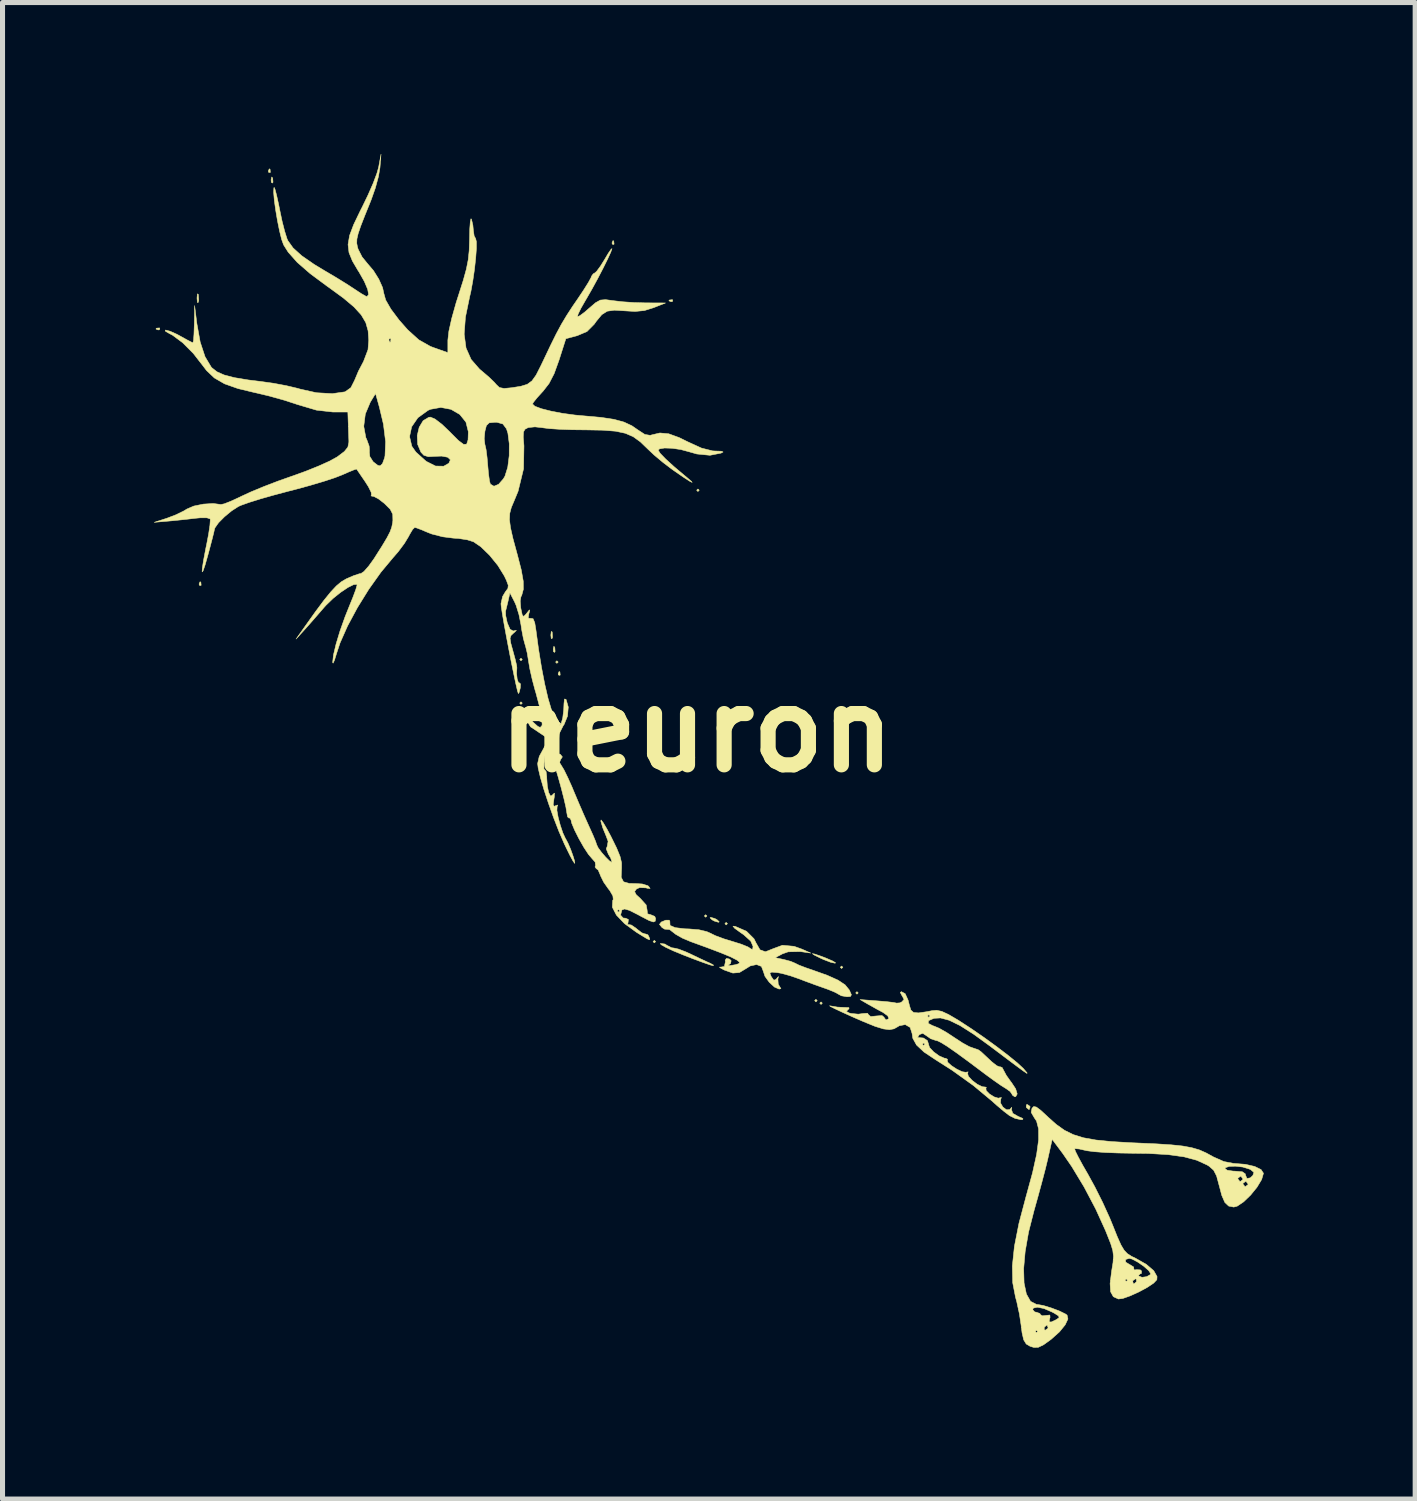
<source format=kicad_pcb>
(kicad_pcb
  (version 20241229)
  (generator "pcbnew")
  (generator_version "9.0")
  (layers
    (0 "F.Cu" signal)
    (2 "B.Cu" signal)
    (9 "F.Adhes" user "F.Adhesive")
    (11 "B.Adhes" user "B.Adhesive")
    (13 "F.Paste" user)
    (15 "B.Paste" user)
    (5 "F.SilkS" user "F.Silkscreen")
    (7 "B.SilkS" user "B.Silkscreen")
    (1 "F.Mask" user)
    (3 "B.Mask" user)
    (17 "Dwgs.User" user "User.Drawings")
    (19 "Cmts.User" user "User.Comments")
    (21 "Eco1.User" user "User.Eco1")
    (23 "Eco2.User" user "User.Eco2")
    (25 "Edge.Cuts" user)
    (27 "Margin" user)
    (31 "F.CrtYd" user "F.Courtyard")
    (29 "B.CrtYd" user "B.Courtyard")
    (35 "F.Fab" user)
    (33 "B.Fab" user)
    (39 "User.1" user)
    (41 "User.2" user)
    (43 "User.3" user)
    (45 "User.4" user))
  (footprint "neuron"
    (layer "F.Cu")
    (at 10.749 11.41)
    (property "Reference" "neuron" (at 0 0 0) (layer "F.SilkS") (effects (font (size 1.524 1.524) (thickness 0.3))))
    (attr through_hole)
    (fp_poly (pts (xy -3.454 -1.397) (xy -3.48 -1.372) (xy -3.505 -1.397) (xy -3.48 -1.422) (xy -3.454 -1.397)) (stroke (width 0.01) (type solid)) (fill yes) (layer "F.SilkS"))
    (fp_poly (pts (xy -3.454 -0.533) (xy -3.48 -0.508) (xy -3.505 -0.533) (xy -3.48 -0.559) (xy -3.454 -0.533)) (stroke (width 0.01) (type solid)) (fill yes) (layer "F.SilkS"))
    (fp_poly (pts (xy -2.743 -1.346) (xy -2.769 -1.321) (xy -2.794 -1.346) (xy -2.769 -1.372) (xy -2.743 -1.346)) (stroke (width 0.01) (type solid)) (fill yes) (layer "F.SilkS"))
    (fp_poly (pts (xy -2.692 -0.127) (xy -2.718 -0.102) (xy -2.743 -0.127) (xy -2.718 -0.152) (xy -2.692 -0.127)) (stroke (width 0.01) (type solid)) (fill yes) (layer "F.SilkS"))
    (fp_poly (pts (xy -0.813 4.191) (xy -0.838 4.216) (xy -0.864 4.191) (xy -0.838 4.166) (xy -0.813 4.191)) (stroke (width 0.01) (type solid)) (fill yes) (layer "F.SilkS"))
    (fp_poly (pts (xy 0.051 -4.75) (xy 0.025 -4.724) (xy 0 -4.75) (xy 0.025 -4.775) (xy 0.051 -4.75)) (stroke (width 0.01) (type solid)) (fill yes) (layer "F.SilkS"))
    (fp_poly (pts (xy 0.203 3.683) (xy 0.178 3.708) (xy 0.152 3.683) (xy 0.178 3.658) (xy 0.203 3.683)) (stroke (width 0.01) (type solid)) (fill yes) (layer "F.SilkS"))
    (fp_poly (pts (xy 0.61 3.835) (xy 0.584 3.861) (xy 0.559 3.835) (xy 0.584 3.81) (xy 0.61 3.835)) (stroke (width 0.01) (type solid)) (fill yes) (layer "F.SilkS"))
    (fp_poly (pts (xy 2.388 5.359) (xy 2.362 5.385) (xy 2.337 5.359) (xy 2.362 5.334) (xy 2.388 5.359)) (stroke (width 0.01) (type solid)) (fill yes) (layer "F.SilkS"))
    (fp_poly (pts (xy 2.489 5.41) (xy 2.464 5.436) (xy 2.438 5.41) (xy 2.464 5.385) (xy 2.489 5.41)) (stroke (width 0.01) (type solid)) (fill yes) (layer "F.SilkS"))
    (fp_poly (pts (xy 2.896 4.699) (xy 2.87 4.724) (xy 2.845 4.699) (xy 2.87 4.674) (xy 2.896 4.699)) (stroke (width 0.01) (type solid)) (fill yes) (layer "F.SilkS"))
    (fp_poly (pts (xy 3.2 5.207) (xy 3.175 5.232) (xy 3.15 5.207) (xy 3.175 5.182) (xy 3.2 5.207)) (stroke (width 0.01) (type solid)) (fill yes) (layer "F.SilkS"))
    (fp_poly (pts (xy -10.634 -7.959) (xy -10.641 -7.928) (xy -10.668 -7.925) (xy -10.71 -7.943) (xy -10.702 -7.959) (xy -10.642 -7.965) (xy -10.634 -7.959)) (stroke (width 0.01) (type solid)) (fill yes) (layer "F.SilkS"))
    (fp_poly (pts (xy -9.821 -2.929) (xy -9.815 -2.869) (xy -9.821 -2.862) (xy -9.852 -2.869) (xy -9.855 -2.896) (xy -9.837 -2.937) (xy -9.821 -2.929)) (stroke (width 0.01) (type solid)) (fill yes) (layer "F.SilkS"))
    (fp_poly (pts (xy -8.45 -11.108) (xy -8.444 -11.048) (xy -8.45 -11.041) (xy -8.48 -11.048) (xy -8.484 -11.074) (xy -8.465 -11.116) (xy -8.45 -11.108)) (stroke (width 0.01) (type solid)) (fill yes) (layer "F.SilkS"))
    (fp_poly (pts (xy -8.398 -10.932) (xy -8.392 -10.852) (xy -8.402 -10.834) (xy -8.425 -10.849) (xy -8.429 -10.901) (xy -8.416 -10.955) (xy -8.398 -10.932)) (stroke (width 0.01) (type solid)) (fill yes) (layer "F.SilkS"))
    (fp_poly (pts (xy -2.862 -1.943) (xy -2.855 -1.839) (xy -2.862 -1.816) (xy -2.88 -1.81) (xy -2.888 -1.88) (xy -2.88 -1.952) (xy -2.862 -1.943)) (stroke (width 0.01) (type solid)) (fill yes) (layer "F.SilkS"))
    (fp_poly (pts (xy -2.81 -1.635) (xy -2.804 -1.556) (xy -2.814 -1.538) (xy -2.837 -1.553) (xy -2.841 -1.604) (xy -2.828 -1.659) (xy -2.81 -1.635)) (stroke (width 0.01) (type solid)) (fill yes) (layer "F.SilkS"))
    (fp_poly (pts (xy -2.709 -1.151) (xy -2.703 -1.091) (xy -2.709 -1.084) (xy -2.74 -1.091) (xy -2.743 -1.118) (xy -2.725 -1.159) (xy -2.709 -1.151)) (stroke (width 0.01) (type solid)) (fill yes) (layer "F.SilkS"))
    (fp_poly (pts (xy -1.643 -9.686) (xy -1.636 -9.626) (xy -1.643 -9.618) (xy -1.673 -9.625) (xy -1.676 -9.652) (xy -1.658 -9.694) (xy -1.643 -9.686)) (stroke (width 0.01) (type solid)) (fill yes) (layer "F.SilkS"))
    (fp_poly (pts (xy -0.474 -8.517) (xy -0.481 -8.487) (xy -0.508 -8.484) (xy -0.55 -8.502) (xy -0.542 -8.517) (xy -0.482 -8.524) (xy -0.474 -8.517)) (stroke (width 0.01) (type solid)) (fill yes) (layer "F.SilkS"))
    (fp_poly (pts (xy -9.873 -8.631) (xy -9.871 -8.622) (xy -9.863 -8.512) (xy -9.873 -8.47) (xy -9.889 -8.468) (xy -9.896 -8.548) (xy -9.896 -8.56) (xy -9.889 -8.639) (xy -9.873 -8.631)) (stroke (width 0.01) (type solid)) (fill yes) (layer "F.SilkS"))
    (fp_poly (pts (xy -3.218 -0.324) (xy -3.226 -0.305) (xy -3.271 -0.256) (xy -3.28 -0.254) (xy -3.301 -0.293) (xy -3.302 -0.305) (xy -3.263 -0.354) (xy -3.248 -0.356) (xy -3.218 -0.324)) (stroke (width 0.01) (type solid)) (fill yes) (layer "F.SilkS"))
    (fp_poly (pts (xy 0.363 3.735) (xy 0.406 3.759) (xy 0.447 3.799) (xy 0.432 3.808) (xy 0.348 3.783) (xy 0.305 3.759) (xy 0.264 3.719) (xy 0.279 3.71) (xy 0.363 3.735)) (stroke (width 0.01) (type solid)) (fill yes) (layer "F.SilkS"))
    (fp_poly (pts (xy 6.602 7.454) (xy 6.604 7.468) (xy 6.587 7.517) (xy 6.582 7.518) (xy 6.538 7.483) (xy 6.528 7.468) (xy 6.532 7.421) (xy 6.55 7.417) (xy 6.602 7.454)) (stroke (width 0.01) (type solid)) (fill yes) (layer "F.SilkS"))
    (fp_poly (pts (xy 2.338 4.437) (xy 2.47 4.482) (xy 2.565 4.519) (xy 2.69 4.573) (xy 2.751 4.609) (xy 2.743 4.619) (xy 2.652 4.599) (xy 2.516 4.547) (xy 2.464 4.524) (xy 2.332 4.458) (xy 2.291 4.429) (xy 2.338 4.437)) (stroke (width 0.01) (type solid)) (fill yes) (layer "F.SilkS"))
    (fp_poly (pts (xy -0.627 4.239) (xy -0.595 4.261) (xy -0.497 4.312) (xy -0.452 4.318) (xy -0.359 4.339) (xy -0.215 4.394) (xy -0.119 4.438) (xy 0.048 4.518) (xy 0.197 4.588) (xy 0.254 4.613) (xy 0.329 4.652) (xy 0.33 4.669) (xy 0.265 4.652) (xy 0.127 4.604) (xy -0.063 4.534) (xy -0.253 4.46) (xy -0.458 4.376) (xy -0.614 4.303) (xy -0.705 4.251) (xy -0.719 4.227) (xy -0.627 4.239)) (stroke (width 0.01) (type solid)) (fill yes) (layer "F.SilkS"))
    (fp_poly (pts (xy -0.528 3.802) (xy -0.531 3.806) (xy -0.527 3.87) (xy -0.426 3.914) (xy -0.235 3.937) (xy -0.145 3.94) (xy 0.045 3.956) (xy 0.203 3.994) (xy 0.262 4.02) (xy 0.373 4.074) (xy 0.543 4.137) (xy 0.711 4.188) (xy 0.884 4.242) (xy 1.017 4.296) (xy 1.079 4.337) (xy 1.108 4.345) (xy 1.117 4.286) (xy 1.071 4.18) (xy 0.93 4.053) (xy 0.876 4.016) (xy 0.753 3.927) (xy 0.719 3.885) (xy 0.762 3.888) (xy 0.987 3.986) (xy 1.136 4.135) (xy 1.176 4.216) (xy 1.254 4.353) (xy 1.362 4.392) (xy 1.503 4.336) (xy 1.504 4.335) (xy 1.699 4.263) (xy 1.929 4.284) (xy 2.083 4.339) (xy 2.261 4.418) (xy 2.052 4.388) (xy 1.813 4.393) (xy 1.699 4.433) (xy 1.555 4.509) (xy 1.73 4.546) (xy 1.863 4.582) (xy 1.951 4.619) (xy 1.956 4.622) (xy 2.029 4.658) (xy 2.166 4.71) (xy 2.286 4.751) (xy 2.586 4.858) (xy 2.8 4.954) (xy 2.94 5.047) (xy 3.021 5.146) (xy 3.024 5.15) (xy 3.065 5.244) (xy 3.046 5.278) (xy 2.979 5.283) (xy 2.867 5.264) (xy 2.817 5.237) (xy 2.742 5.195) (xy 2.61 5.14) (xy 2.54 5.115) (xy 2.353 5.049) (xy 2.139 4.97) (xy 2.044 4.933) (xy 1.858 4.868) (xy 1.678 4.819) (xy 1.6 4.805) (xy 1.485 4.795) (xy 1.45 4.816) (xy 1.476 4.881) (xy 1.479 4.888) (xy 1.529 4.956) (xy 1.574 4.937) (xy 1.585 4.922) (xy 1.62 4.882) (xy 1.609 4.933) (xy 1.609 4.934) (xy 1.616 5.036) (xy 1.64 5.074) (xy 1.669 5.122) (xy 1.633 5.131) (xy 1.541 5.091) (xy 1.437 4.995) (xy 1.353 4.878) (xy 1.321 4.781) (xy 1.283 4.682) (xy 1.187 4.645) (xy 1.06 4.673) (xy 0.984 4.721) (xy 0.848 4.803) (xy 0.717 4.814) (xy 0.553 4.756) (xy 0.533 4.747) (xy 0.456 4.704) (xy 0.457 4.693) (xy 0.47 4.697) (xy 0.549 4.684) (xy 0.569 4.591) (xy 0.565 4.559) (xy 0.59 4.523) (xy 0.65 4.536) (xy 0.683 4.568) (xy 0.672 4.624) (xy 0.648 4.64) (xy 0.621 4.662) (xy 0.66 4.666) (xy 0.771 4.648) (xy 0.834 4.628) (xy 0.852 4.602) (xy 0.802 4.559) (xy 0.68 4.496) (xy 0.478 4.412) (xy 0.19 4.303) (xy -0.121 4.19) (xy -0.284 4.121) (xy -0.417 4.045) (xy -0.46 4.011) (xy -0.537 3.952) (xy -0.579 3.948) (xy -0.635 3.944) (xy -0.687 3.911) (xy -0.737 3.849) (xy -0.701 3.803) (xy -0.701 3.803) (xy -0.612 3.766) (xy -0.542 3.766) (xy -0.528 3.802)) (stroke (width 0.01) (type solid)) (fill yes) (layer "F.SilkS"))
    (fp_poly (pts (xy -2.702 0.48) (xy -2.66 0.532) (xy -2.695 0.586) (xy -2.717 0.643) (xy -2.679 0.704) (xy -2.628 0.788) (xy -2.554 0.939) (xy -2.469 1.128) (xy -2.442 1.194) (xy -2.341 1.433) (xy -2.232 1.685) (xy -2.136 1.899) (xy -2.128 1.917) (xy -2.054 2.081) (xy -2.001 2.208) (xy -1.98 2.272) (xy -1.98 2.272) (xy -1.952 2.331) (xy -1.886 2.421) (xy -1.804 2.516) (xy -1.729 2.591) (xy -1.683 2.62) (xy -1.678 2.613) (xy -1.704 2.533) (xy -1.748 2.461) (xy -1.791 2.353) (xy -1.771 2.302) (xy -1.754 2.204) (xy -1.793 2.099) (xy -1.859 1.939) (xy -1.899 1.803) (xy -1.893 1.781) (xy -1.849 1.838) (xy -1.775 1.964) (xy -1.698 2.108) (xy -1.585 2.338) (xy -1.517 2.505) (xy -1.487 2.631) (xy -1.487 2.739) (xy -1.488 2.749) (xy -1.495 2.916) (xy -1.449 3.006) (xy -1.332 3.039) (xy -1.227 3.04) (xy -1.078 3.049) (xy -0.969 3.082) (xy -0.951 3.096) (xy -0.922 3.139) (xy -0.973 3.135) (xy -1.006 3.126) (xy -1.131 3.121) (xy -1.194 3.15) (xy -1.229 3.2) (xy -1.199 3.26) (xy -1.112 3.34) (xy -1 3.465) (xy -0.982 3.564) (xy -0.974 3.64) (xy -0.91 3.658) (xy -0.83 3.691) (xy -0.813 3.734) (xy -0.821 3.787) (xy -0.858 3.802) (xy -0.941 3.774) (xy -1.086 3.699) (xy -1.165 3.656) (xy -1.329 3.573) (xy -1.427 3.544) (xy -1.478 3.563) (xy -1.482 3.568) (xy -1.507 3.666) (xy -1.456 3.723) (xy -1.408 3.727) (xy -1.352 3.752) (xy -1.358 3.804) (xy -1.367 3.857) (xy -1.351 3.853) (xy -1.294 3.862) (xy -1.201 3.926) (xy -1.184 3.941) (xy -1.088 4.016) (xy -1.02 4.04) (xy -1.015 4.038) (xy -0.967 4.055) (xy -0.947 4.09) (xy -0.929 4.138) (xy -0.935 4.155) (xy -0.982 4.135) (xy -1.087 4.071) (xy -1.194 4.005) (xy -1.429 3.834) (xy -1.59 3.665) (xy -1.633 3.581) (xy -1.575 3.581) (xy -1.549 3.607) (xy -1.524 3.581) (xy -1.549 3.556) (xy -1.575 3.581) (xy -1.633 3.581) (xy -1.67 3.509) (xy -1.663 3.375) (xy -1.652 3.355) (xy -1.66 3.285) (xy -1.722 3.178) (xy -1.749 3.145) (xy -1.843 3.011) (xy -1.905 2.884) (xy -1.911 2.866) (xy -1.951 2.773) (xy -1.99 2.743) (xy -2.013 2.711) (xy -2.002 2.685) (xy -2.011 2.615) (xy -2.072 2.546) (xy -2.143 2.463) (xy -2.236 2.321) (xy -2.333 2.15) (xy -2.418 1.981) (xy -2.475 1.844) (xy -2.489 1.781) (xy -2.513 1.74) (xy -2.527 1.745) (xy -2.557 1.72) (xy -2.573 1.633) (xy -2.59 1.528) (xy -2.63 1.355) (xy -2.684 1.144) (xy -2.745 0.924) (xy -2.805 0.726) (xy -2.855 0.579) (xy -2.868 0.546) (xy -2.876 0.476) (xy -2.803 0.457) (xy -2.802 0.457) (xy -2.702 0.48)) (stroke (width 0.01) (type solid)) (fill yes) (layer "F.SilkS"))
    (fp_poly (pts (xy 4.13 5.222) (xy 4.188 5.35) (xy 4.215 5.457) (xy 4.243 5.547) (xy 4.296 5.594) (xy 4.395 5.603) (xy 4.56 5.579) (xy 4.66 5.559) (xy 4.755 5.551) (xy 4.856 5.573) (xy 4.988 5.634) (xy 5.174 5.743) (xy 5.207 5.764) (xy 5.442 5.917) (xy 5.694 6.091) (xy 5.942 6.271) (xy 6.166 6.442) (xy 6.348 6.59) (xy 6.467 6.7) (xy 6.481 6.716) (xy 6.546 6.793) (xy 6.542 6.802) (xy 6.472 6.755) (xy 6.393 6.697) (xy 6.252 6.592) (xy 6.067 6.453) (xy 5.857 6.295) (xy 5.812 6.261) (xy 5.484 6.023) (xy 5.218 5.854) (xy 5.003 5.749) (xy 4.831 5.703) (xy 4.701 5.71) (xy 4.594 5.756) (xy 4.586 5.809) (xy 4.677 5.857) (xy 4.698 5.863) (xy 4.803 5.907) (xy 4.956 5.994) (xy 5.112 6.097) (xy 5.268 6.199) (xy 5.4 6.271) (xy 5.478 6.299) (xy 5.478 6.299) (xy 5.576 6.332) (xy 5.635 6.374) (xy 5.728 6.461) (xy 5.843 6.569) (xy 5.849 6.574) (xy 5.944 6.649) (xy 6.007 6.673) (xy 6.013 6.67) (xy 6.051 6.685) (xy 6.078 6.736) (xy 6.134 6.841) (xy 6.223 6.966) (xy 6.232 6.976) (xy 6.318 7.106) (xy 6.349 7.208) (xy 6.32 7.261) (xy 6.299 7.264) (xy 6.25 7.228) (xy 6.248 7.216) (xy 6.209 7.159) (xy 6.128 7.102) (xy 6.029 7.04) (xy 5.88 6.936) (xy 5.71 6.812) (xy 5.683 6.791) (xy 5.376 6.561) (xy 5.139 6.388) (xy 4.964 6.266) (xy 4.841 6.19) (xy 4.763 6.153) (xy 4.732 6.147) (xy 4.637 6.115) (xy 4.562 6.062) (xy 4.479 6.007) (xy 4.415 6.031) (xy 4.406 6.04) (xy 4.376 6.087) (xy 4.394 6.092) (xy 4.492 6.1) (xy 4.571 6.152) (xy 4.592 6.22) (xy 4.591 6.221) (xy 4.613 6.288) (xy 4.693 6.374) (xy 4.801 6.453) (xy 4.904 6.499) (xy 4.931 6.502) (xy 4.97 6.522) (xy 4.962 6.536) (xy 4.974 6.582) (xy 5.048 6.649) (xy 5.154 6.718) (xy 5.26 6.768) (xy 5.335 6.78) (xy 5.343 6.776) (xy 5.377 6.771) (xy 5.366 6.797) (xy 5.381 6.857) (xy 5.455 6.938) (xy 5.557 7.016) (xy 5.657 7.065) (xy 5.708 7.07) (xy 5.739 7.076) (xy 5.729 7.089) (xy 5.734 7.141) (xy 5.799 7.208) (xy 5.891 7.266) (xy 5.975 7.292) (xy 6.002 7.285) (xy 6.037 7.279) (xy 6.023 7.311) (xy 6.018 7.387) (xy 6.065 7.467) (xy 6.135 7.521) (xy 6.199 7.519) (xy 6.21 7.507) (xy 6.242 7.473) (xy 6.235 7.518) (xy 6.262 7.593) (xy 6.37 7.654) (xy 6.462 7.695) (xy 6.46 7.714) (xy 6.425 7.718) (xy 6.308 7.693) (xy 6.196 7.637) (xy 6.089 7.555) (xy 5.946 7.435) (xy 5.842 7.342) (xy 5.482 7.042) (xy 5.06 6.739) (xy 4.738 6.534) (xy 4.503 6.378) (xy 4.355 6.239) (xy 4.346 6.223) (xy 4.47 6.223) (xy 4.496 6.248) (xy 4.521 6.223) (xy 4.496 6.198) (xy 4.47 6.223) (xy 4.346 6.223) (xy 4.281 6.105) (xy 4.267 6.01) (xy 4.228 5.89) (xy 4.132 5.834) (xy 4.011 5.858) (xy 3.99 5.872) (xy 3.909 5.918) (xy 3.818 5.935) (xy 3.699 5.92) (xy 3.536 5.87) (xy 3.312 5.779) (xy 3.096 5.685) (xy 2.89 5.592) (xy 2.735 5.519) (xy 2.645 5.473) (xy 2.633 5.461) (xy 2.642 5.463) (xy 2.791 5.488) (xy 2.921 5.494) (xy 3.016 5.498) (xy 3.017 5.523) (xy 3 5.535) (xy 2.966 5.573) (xy 3.02 5.604) (xy 3.06 5.614) (xy 3.202 5.628) (xy 3.298 5.615) (xy 3.384 5.609) (xy 3.404 5.639) (xy 3.447 5.675) (xy 3.556 5.664) (xy 3.671 5.655) (xy 3.708 5.686) (xy 3.745 5.738) (xy 3.759 5.74) (xy 3.809 5.716) (xy 3.786 5.664) (xy 4.572 5.664) (xy 4.597 5.69) (xy 4.623 5.664) (xy 4.597 5.639) (xy 4.572 5.664) (xy 3.786 5.664) (xy 3.785 5.661) (xy 3.696 5.597) (xy 3.696 5.596) (xy 3.574 5.531) (xy 3.427 5.448) (xy 3.409 5.439) (xy 3.237 5.339) (xy 3.583 5.365) (xy 3.762 5.38) (xy 3.897 5.396) (xy 3.961 5.409) (xy 3.961 5.409) (xy 4.026 5.404) (xy 4.063 5.385) (xy 4.108 5.336) (xy 4.071 5.267) (xy 4.067 5.262) (xy 4.033 5.197) (xy 4.055 5.182) (xy 4.13 5.222)) (stroke (width 0.01) (type solid)) (fill yes) (layer "F.SilkS"))
    (fp_poly (pts (xy 6.729 7.468) (xy 6.817 7.534) (xy 6.958 7.664) (xy 6.958 7.665) (xy 7.123 7.812) (xy 7.284 7.927) (xy 7.458 8.013) (xy 7.661 8.076) (xy 7.911 8.121) (xy 8.225 8.152) (xy 8.619 8.175) (xy 8.738 8.18) (xy 9.113 8.197) (xy 9.404 8.216) (xy 9.63 8.24) (xy 9.808 8.273) (xy 9.955 8.316) (xy 10.089 8.375) (xy 10.229 8.452) (xy 10.237 8.456) (xy 10.442 8.547) (xy 10.639 8.585) (xy 10.652 8.585) (xy 10.869 8.602) (xy 11.052 8.644) (xy 11.179 8.706) (xy 11.227 8.779) (xy 11.227 8.779) (xy 11.191 8.903) (xy 11.099 9.056) (xy 10.972 9.212) (xy 10.834 9.345) (xy 10.706 9.431) (xy 10.639 9.449) (xy 10.538 9.429) (xy 10.462 9.357) (xy 10.401 9.217) (xy 10.347 9.013) (xy 10.341 8.992) (xy 10.82 8.992) (xy 10.859 9.041) (xy 10.871 9.042) (xy 10.921 9.004) (xy 10.922 8.992) (xy 10.883 8.942) (xy 10.871 8.941) (xy 10.822 8.979) (xy 10.82 8.992) (xy 10.341 8.992) (xy 10.314 8.89) (xy 10.719 8.89) (xy 10.757 8.939) (xy 10.77 8.941) (xy 10.819 8.902) (xy 10.82 8.89) (xy 10.782 8.841) (xy 10.77 8.839) (xy 10.72 8.878) (xy 10.719 8.89) (xy 10.314 8.89) (xy 10.298 8.832) (xy 10.24 8.719) (xy 10.204 8.687) (xy 10.465 8.687) (xy 10.51 8.719) (xy 10.622 8.736) (xy 10.668 8.738) (xy 10.809 8.75) (xy 10.868 8.792) (xy 10.871 8.814) (xy 10.899 8.882) (xy 10.966 8.87) (xy 11.017 8.822) (xy 11.038 8.762) (xy 10.975 8.709) (xy 10.945 8.695) (xy 10.818 8.656) (xy 10.674 8.639) (xy 10.548 8.643) (xy 10.473 8.669) (xy 10.465 8.687) (xy 10.204 8.687) (xy 10.152 8.641) (xy 10.112 8.616) (xy 9.908 8.522) (xy 9.655 8.454) (xy 9.338 8.41) (xy 8.944 8.387) (xy 8.636 8.383) (xy 8.355 8.378) (xy 8.093 8.368) (xy 7.877 8.352) (xy 7.73 8.333) (xy 7.704 8.327) (xy 7.576 8.298) (xy 7.496 8.291) (xy 7.487 8.295) (xy 7.502 8.344) (xy 7.561 8.462) (xy 7.652 8.629) (xy 7.744 8.788) (xy 7.887 9.049) (xy 8.041 9.356) (xy 8.18 9.662) (xy 8.239 9.805) (xy 8.333 10.04) (xy 8.405 10.2) (xy 8.467 10.304) (xy 8.532 10.372) (xy 8.615 10.425) (xy 8.694 10.463) (xy 8.907 10.584) (xy 9.053 10.709) (xy 9.119 10.825) (xy 9.115 10.888) (xy 9.052 10.955) (xy 8.923 11.041) (xy 8.758 11.13) (xy 8.588 11.207) (xy 8.442 11.259) (xy 8.354 11.27) (xy 8.253 11.224) (xy 8.199 11.126) (xy 8.189 10.963) (xy 8.197 10.897) (xy 8.484 10.897) (xy 8.509 10.922) (xy 8.636 10.922) (xy 8.653 10.971) (xy 8.658 10.973) (xy 8.702 10.937) (xy 8.712 10.922) (xy 8.708 10.875) (xy 8.69 10.871) (xy 8.638 10.908) (xy 8.636 10.922) (xy 8.509 10.922) (xy 8.534 10.897) (xy 8.509 10.871) (xy 8.484 10.897) (xy 8.197 10.897) (xy 8.219 10.719) (xy 8.247 10.548) (xy 8.251 10.488) (xy 8.493 10.488) (xy 8.499 10.54) (xy 8.58 10.59) (xy 8.586 10.592) (xy 8.656 10.636) (xy 8.659 10.671) (xy 8.67 10.697) (xy 8.704 10.689) (xy 8.788 10.693) (xy 8.812 10.715) (xy 8.809 10.765) (xy 8.788 10.77) (xy 8.754 10.799) (xy 8.76 10.816) (xy 8.822 10.84) (xy 8.915 10.827) (xy 8.983 10.788) (xy 8.992 10.766) (xy 8.952 10.705) (xy 8.855 10.62) (xy 8.734 10.537) (xy 8.622 10.478) (xy 8.568 10.465) (xy 8.493 10.488) (xy 8.251 10.488) (xy 8.256 10.422) (xy 8.242 10.307) (xy 8.201 10.173) (xy 8.127 9.986) (xy 8.099 9.916) (xy 7.904 9.487) (xy 7.674 9.051) (xy 7.43 8.647) (xy 7.249 8.384) (xy 7.042 8.107) (xy 6.957 8.486) (xy 6.909 8.685) (xy 6.84 8.948) (xy 6.761 9.239) (xy 6.681 9.525) (xy 6.574 9.945) (xy 6.507 10.329) (xy 6.477 10.668) (xy 6.485 10.952) (xy 6.531 11.171) (xy 6.613 11.316) (xy 6.732 11.378) (xy 6.757 11.379) (xy 6.868 11.399) (xy 7.025 11.447) (xy 7.186 11.508) (xy 7.308 11.568) (xy 7.337 11.589) (xy 7.354 11.665) (xy 7.299 11.782) (xy 7.186 11.921) (xy 7.026 12.064) (xy 7.016 12.072) (xy 6.869 12.178) (xy 6.766 12.227) (xy 6.678 12.229) (xy 6.604 12.206) (xy 6.528 12.161) (xy 6.478 12.08) (xy 6.445 11.939) (xy 6.442 11.913) (xy 6.706 11.913) (xy 6.731 11.938) (xy 6.756 11.913) (xy 6.731 11.887) (xy 6.706 11.913) (xy 6.442 11.913) (xy 6.432 11.836) (xy 6.883 11.836) (xy 6.887 11.883) (xy 6.906 11.887) (xy 6.958 11.85) (xy 6.96 11.836) (xy 6.942 11.787) (xy 6.937 11.786) (xy 6.894 11.821) (xy 6.883 11.836) (xy 6.432 11.836) (xy 6.426 11.786) (xy 6.392 11.562) (xy 6.374 11.481) (xy 6.655 11.481) (xy 6.696 11.526) (xy 6.731 11.532) (xy 6.799 11.557) (xy 6.807 11.578) (xy 6.848 11.603) (xy 6.917 11.595) (xy 6.996 11.587) (xy 7 11.636) (xy 6.995 11.65) (xy 6.98 11.72) (xy 7.022 11.726) (xy 7.12 11.68) (xy 7.178 11.641) (xy 7.169 11.605) (xy 7.084 11.551) (xy 7.04 11.528) (xy 6.881 11.459) (xy 6.749 11.432) (xy 6.668 11.45) (xy 6.655 11.481) (xy 6.374 11.481) (xy 6.34 11.323) (xy 6.315 11.232) (xy 6.26 10.947) (xy 6.253 10.615) (xy 6.294 10.226) (xy 6.384 9.77) (xy 6.525 9.237) (xy 6.53 9.22) (xy 6.653 8.77) (xy 6.734 8.404) (xy 6.773 8.117) (xy 6.772 7.899) (xy 6.732 7.745) (xy 6.688 7.68) (xy 6.626 7.573) (xy 6.642 7.492) (xy 6.676 7.457) (xy 6.729 7.468)) (stroke (width 0.01) (type solid)) (fill yes) (layer "F.SilkS"))
    (fp_poly (pts (xy -6.273 -11.14) (xy -6.303 -10.963) (xy -6.364 -10.738) (xy -6.444 -10.511) (xy -6.456 -10.48) (xy -6.572 -10.193) (xy -6.654 -9.983) (xy -6.705 -9.833) (xy -6.73 -9.725) (xy -6.733 -9.643) (xy -6.719 -9.569) (xy -6.706 -9.526) (xy -6.628 -9.372) (xy -6.521 -9.24) (xy -6.403 -9.102) (xy -6.296 -8.931) (xy -6.221 -8.763) (xy -6.197 -8.651) (xy -6.16 -8.518) (xy -6.056 -8.337) (xy -5.895 -8.122) (xy -5.725 -7.929) (xy -5.504 -7.729) (xy -5.274 -7.599) (xy -5.205 -7.573) (xy -4.928 -7.475) (xy -4.928 -7.723) (xy -4.908 -7.9) (xy -4.852 -8.152) (xy -4.765 -8.462) (xy -4.714 -8.621) (xy -4.623 -8.907) (xy -4.562 -9.128) (xy -4.525 -9.314) (xy -4.506 -9.494) (xy -4.499 -9.699) (xy -4.498 -9.739) (xy -4.494 -9.931) (xy -4.484 -10.066) (xy -4.471 -10.126) (xy -4.461 -10.12) (xy -4.433 -10.002) (xy -4.423 -9.896) (xy -4.407 -9.786) (xy -4.378 -9.734) (xy -4.363 -9.673) (xy -4.363 -9.536) (xy -4.377 -9.345) (xy -4.401 -9.124) (xy -4.434 -8.897) (xy -4.472 -8.687) (xy -4.496 -8.585) (xy -4.58 -8.178) (xy -4.605 -7.842) (xy -4.568 -7.567) (xy -4.467 -7.34) (xy -4.301 -7.149) (xy -4.253 -7.109) (xy -4.117 -6.993) (xy -4.006 -6.886) (xy -3.969 -6.843) (xy -3.907 -6.784) (xy -3.815 -6.766) (xy -3.664 -6.78) (xy -3.482 -6.809) (xy -3.355 -6.848) (xy -3.262 -6.916) (xy -3.18 -7.031) (xy -3.088 -7.212) (xy -3.043 -7.306) (xy -2.899 -7.609) (xy -2.783 -7.844) (xy -2.68 -8.036) (xy -2.576 -8.21) (xy -2.459 -8.39) (xy -2.353 -8.544) (xy -2.235 -8.721) (xy -2.143 -8.868) (xy -2.09 -8.965) (xy -2.083 -8.989) (xy -2.046 -9.04) (xy -2.033 -9.042) (xy -1.983 -9.083) (xy -1.905 -9.189) (xy -1.83 -9.309) (xy -1.751 -9.442) (xy -1.695 -9.523) (xy -1.677 -9.536) (xy -1.7 -9.468) (xy -1.762 -9.332) (xy -1.852 -9.15) (xy -1.959 -8.944) (xy -2.073 -8.735) (xy -2.182 -8.545) (xy -2.204 -8.508) (xy -2.291 -8.356) (xy -2.347 -8.241) (xy -2.362 -8.187) (xy -2.362 -8.187) (xy -2.315 -8.206) (xy -2.219 -8.277) (xy -2.128 -8.356) (xy -2.002 -8.464) (xy -1.908 -8.516) (xy -1.805 -8.525) (xy -1.657 -8.505) (xy -1.47 -8.483) (xy -1.234 -8.467) (xy -1.007 -8.461) (xy -0.617 -8.459) (xy -0.855 -8.365) (xy -1.035 -8.309) (xy -1.219 -8.291) (xy -1.423 -8.303) (xy -1.63 -8.316) (xy -1.771 -8.296) (xy -1.879 -8.228) (xy -1.986 -8.099) (xy -2.029 -8.038) (xy -2.173 -7.893) (xy -2.367 -7.811) (xy -2.591 -7.751) (xy -2.727 -7.325) (xy -2.823 -7.059) (xy -2.924 -6.864) (xy -3.046 -6.707) (xy -3.057 -6.696) (xy -3.164 -6.578) (xy -3.235 -6.489) (xy -3.251 -6.457) (xy -3.204 -6.413) (xy -3.076 -6.365) (xy -2.887 -6.317) (xy -2.658 -6.273) (xy -2.409 -6.239) (xy -2.235 -6.223) (xy -1.896 -6.193) (xy -1.638 -6.154) (xy -1.44 -6.1) (xy -1.282 -6.026) (xy -1.168 -5.947) (xy -1.027 -5.855) (xy -0.921 -5.837) (xy -0.889 -5.846) (xy -0.728 -5.884) (xy -0.554 -5.868) (xy -0.345 -5.792) (xy -0.177 -5.709) (xy 0.097 -5.584) (xy 0.316 -5.529) (xy 0.377 -5.526) (xy 0.496 -5.522) (xy 0.523 -5.507) (xy 0.483 -5.485) (xy 0.264 -5.442) (xy 0.002 -5.468) (xy -0.152 -5.512) (xy -0.315 -5.556) (xy -0.485 -5.581) (xy -0.635 -5.586) (xy -0.735 -5.57) (xy -0.762 -5.543) (xy -0.723 -5.481) (xy -0.615 -5.369) (xy -0.447 -5.216) (xy -0.231 -5.034) (xy -0.203 -5.011) (xy -0.108 -4.929) (xy -0.089 -4.904) (xy -0.143 -4.931) (xy -0.263 -5.009) (xy -0.444 -5.134) (xy -0.483 -5.161) (xy -0.666 -5.3) (xy -0.844 -5.449) (xy -0.965 -5.563) (xy -1.114 -5.707) (xy -1.256 -5.81) (xy -1.413 -5.878) (xy -1.606 -5.919) (xy -1.857 -5.939) (xy -2.188 -5.945) (xy -2.195 -5.945) (xy -2.464 -5.948) (xy -2.712 -5.957) (xy -2.914 -5.97) (xy -3.042 -5.986) (xy -3.05 -5.988) (xy -3.203 -6.005) (xy -3.333 -5.992) (xy -3.341 -5.989) (xy -3.4 -5.958) (xy -3.429 -5.906) (xy -3.435 -5.805) (xy -3.421 -5.629) (xy -3.421 -5.626) (xy -3.429 -5.174) (xy -3.537 -4.73) (xy -3.617 -4.536) (xy -3.671 -4.409) (xy -3.702 -4.292) (xy -3.708 -4.165) (xy -3.687 -4.006) (xy -3.639 -3.794) (xy -3.562 -3.51) (xy -3.551 -3.47) (xy -3.474 -3.171) (xy -3.435 -2.949) (xy -3.433 -2.787) (xy -3.465 -2.668) (xy -3.481 -2.639) (xy -3.495 -2.556) (xy -3.485 -2.424) (xy -3.48 -2.398) (xy -3.455 -2.28) (xy -3.428 -2.249) (xy -3.384 -2.292) (xy -3.368 -2.312) (xy -3.313 -2.38) (xy -3.307 -2.364) (xy -3.325 -2.299) (xy -3.337 -2.218) (xy -3.294 -2.21) (xy -3.287 -2.213) (xy -3.24 -2.205) (xy -3.207 -2.126) (xy -3.182 -1.971) (xy -3.132 -1.601) (xy -3.073 -1.239) (xy -3.009 -0.908) (xy -2.944 -0.628) (xy -2.882 -0.419) (xy -2.857 -0.356) (xy -2.805 -0.231) (xy -2.775 -0.148) (xy -2.773 -0.14) (xy -2.729 -0.091) (xy -2.723 -0.089) (xy -2.685 -0.125) (xy -2.653 -0.238) (xy -2.633 -0.404) (xy -2.628 -0.525) (xy -2.618 -0.615) (xy -2.589 -0.608) (xy -2.585 -0.601) (xy -2.543 -0.455) (xy -2.558 -0.277) (xy -2.625 -0.112) (xy -2.645 -0.083) (xy -2.724 0.074) (xy -2.734 0.189) (xy -2.744 0.304) (xy -2.825 0.379) (xy -2.857 0.395) (xy -2.958 0.453) (xy -3.003 0.498) (xy -3.003 0.498) (xy -3.025 0.668) (xy -3.025 0.772) (xy -3.006 0.793) (xy -2.982 0.822) (xy -2.97 0.923) (xy -2.969 0.957) (xy -2.958 1.111) (xy -2.932 1.236) (xy -2.929 1.243) (xy -2.892 1.31) (xy -2.853 1.284) (xy -2.842 1.269) (xy -2.815 1.25) (xy -2.82 1.326) (xy -2.827 1.367) (xy -2.842 1.479) (xy -2.822 1.511) (xy -2.794 1.499) (xy -2.751 1.485) (xy -2.764 1.517) (xy -2.768 1.592) (xy -2.744 1.726) (xy -2.701 1.887) (xy -2.65 2.039) (xy -2.599 2.149) (xy -2.592 2.159) (xy -2.549 2.24) (xy -2.497 2.361) (xy -2.45 2.491) (xy -2.418 2.595) (xy -2.414 2.641) (xy -2.415 2.642) (xy -2.447 2.599) (xy -2.509 2.485) (xy -2.59 2.32) (xy -2.624 2.248) (xy -2.728 2.008) (xy -2.834 1.735) (xy -2.935 1.452) (xy -3.025 1.179) (xy -3.095 0.939) (xy -3.139 0.754) (xy -3.15 0.664) (xy -3.118 0.523) (xy -3.043 0.386) (xy -2.969 0.246) (xy -2.992 0.135) (xy -3.11 0.056) (xy -3.29 -0.064) (xy -3.404 -0.252) (xy -3.426 -0.33) (xy -3.436 -0.411) (xy -3.421 -0.411) (xy -3.417 -0.403) (xy -3.339 -0.276) (xy -3.24 -0.156) (xy -3.146 -0.072) (xy -3.098 -0.051) (xy -3.061 -0.093) (xy -3.063 -0.22) (xy -3.105 -0.436) (xy -3.186 -0.742) (xy -3.2 -0.787) (xy -3.257 -1.001) (xy -3.304 -1.209) (xy -3.329 -1.356) (xy -3.356 -1.524) (xy -3.391 -1.668) (xy -3.399 -1.691) (xy -3.432 -1.811) (xy -3.465 -1.983) (xy -3.48 -2.086) (xy -3.519 -2.283) (xy -3.576 -2.469) (xy -3.607 -2.539) (xy -3.699 -2.718) (xy -3.733 -2.565) (xy -3.764 -2.437) (xy -3.785 -2.354) (xy -3.783 -2.269) (xy -3.755 -2.139) (xy -3.749 -2.117) (xy -3.696 -1.996) (xy -3.634 -1.962) (xy -3.612 -1.967) (xy -3.57 -1.974) (xy -3.611 -1.933) (xy -3.626 -1.921) (xy -3.677 -1.873) (xy -3.696 -1.816) (xy -3.682 -1.721) (xy -3.638 -1.561) (xy -3.594 -1.4) (xy -3.566 -1.279) (xy -3.561 -1.234) (xy -3.567 -1.121) (xy -3.555 -1.01) (xy -3.531 -0.941) (xy -3.513 -0.935) (xy -3.489 -0.914) (xy -3.493 -0.835) (xy -3.516 -0.745) (xy -3.532 -0.722) (xy -3.55 -0.779) (xy -3.582 -0.916) (xy -3.624 -1.114) (xy -3.673 -1.352) (xy -3.723 -1.61) (xy -3.772 -1.869) (xy -3.816 -2.108) (xy -3.85 -2.308) (xy -3.871 -2.448) (xy -3.876 -2.503) (xy -3.844 -2.645) (xy -3.788 -2.739) (xy -3.739 -2.804) (xy -3.732 -2.868) (xy -3.769 -2.967) (xy -3.812 -3.056) (xy -3.938 -3.26) (xy -4.101 -3.461) (xy -4.275 -3.63) (xy -4.42 -3.729) (xy -4.544 -3.768) (xy -4.72 -3.795) (xy -4.819 -3.801) (xy -5.031 -3.828) (xy -5.246 -3.883) (xy -5.321 -3.912) (xy -5.461 -3.971) (xy -5.56 -4.007) (xy -5.585 -4.013) (xy -5.627 -3.972) (xy -5.688 -3.869) (xy -5.706 -3.833) (xy -5.789 -3.696) (xy -5.913 -3.53) (xy -6.014 -3.414) (xy -6.254 -3.126) (xy -6.495 -2.787) (xy -6.72 -2.424) (xy -6.915 -2.061) (xy -7.064 -1.725) (xy -7.135 -1.51) (xy -7.174 -1.383) (xy -7.201 -1.325) (xy -7.21 -1.339) (xy -7.194 -1.486) (xy -7.143 -1.701) (xy -7.065 -1.96) (xy -6.965 -2.241) (xy -6.883 -2.446) (xy -6.807 -2.633) (xy -6.752 -2.781) (xy -6.727 -2.869) (xy -6.727 -2.883) (xy -6.791 -2.882) (xy -6.906 -2.825) (xy -7.051 -2.728) (xy -7.203 -2.606) (xy -7.339 -2.474) (xy -7.373 -2.437) (xy -7.521 -2.266) (xy -7.672 -2.093) (xy -7.764 -1.99) (xy -7.934 -1.803) (xy -7.764 -2.044) (xy -7.551 -2.343) (xy -7.382 -2.57) (xy -7.248 -2.735) (xy -7.138 -2.853) (xy -7.042 -2.934) (xy -6.948 -2.99) (xy -6.933 -2.998) (xy -6.791 -3.059) (xy -6.679 -3.096) (xy -6.651 -3.099) (xy -6.59 -3.14) (xy -6.497 -3.246) (xy -6.389 -3.396) (xy -6.376 -3.417) (xy -6.232 -3.644) (xy -6.135 -3.806) (xy -6.074 -3.924) (xy -6.04 -4.017) (xy -6.022 -4.106) (xy -6.017 -4.153) (xy -6.02 -4.275) (xy -6.07 -4.373) (xy -6.185 -4.488) (xy -6.303 -4.579) (xy -6.396 -4.628) (xy -6.423 -4.631) (xy -6.45 -4.638) (xy -6.441 -4.651) (xy -6.447 -4.709) (xy -6.502 -4.82) (xy -6.567 -4.922) (xy -6.656 -5.052) (xy -6.718 -5.143) (xy -6.735 -5.17) (xy -6.78 -5.157) (xy -6.891 -5.112) (xy -7.02 -5.055) (xy -7.169 -4.997) (xy -7.392 -4.924) (xy -7.662 -4.844) (xy -7.955 -4.764) (xy -8.085 -4.731) (xy -8.371 -4.655) (xy -8.639 -4.579) (xy -8.866 -4.508) (xy -9.028 -4.45) (xy -9.077 -4.428) (xy -9.212 -4.341) (xy -9.352 -4.225) (xy -9.471 -4.105) (xy -9.542 -4.004) (xy -9.552 -3.971) (xy -9.565 -3.91) (xy -9.599 -3.775) (xy -9.648 -3.589) (xy -9.677 -3.48) (xy -9.737 -3.269) (xy -9.776 -3.154) (xy -9.795 -3.133) (xy -9.792 -3.202) (xy -9.768 -3.359) (xy -9.722 -3.601) (xy -9.705 -3.682) (xy -9.666 -3.888) (xy -9.641 -4.056) (xy -9.634 -4.162) (xy -9.637 -4.183) (xy -9.699 -4.203) (xy -9.828 -4.204) (xy -9.925 -4.195) (xy -10.139 -4.17) (xy -10.376 -4.146) (xy -10.465 -4.138) (xy -10.744 -4.114) (xy -10.491 -4.196) (xy -10.313 -4.264) (xy -10.152 -4.343) (xy -10.098 -4.377) (xy -9.961 -4.436) (xy -9.771 -4.475) (xy -9.575 -4.487) (xy -9.423 -4.467) (xy -9.357 -4.481) (xy -9.226 -4.532) (xy -9.057 -4.61) (xy -9.017 -4.63) (xy -8.828 -4.717) (xy -8.575 -4.822) (xy -8.291 -4.931) (xy -8.008 -5.031) (xy -8.003 -5.032) (xy -7.736 -5.129) (xy -7.483 -5.231) (xy -7.27 -5.327) (xy -7.125 -5.407) (xy -7.114 -5.414) (xy -6.977 -5.518) (xy -6.909 -5.603) (xy -6.889 -5.7) (xy -6.889 -5.733) (xy -6.895 -5.895) (xy -6.899 -6.015) (xy -6.594 -6.015) (xy -6.553 -5.793) (xy -6.534 -5.752) (xy -6.487 -5.623) (xy -6.481 -5.52) (xy -6.484 -5.513) (xy -6.474 -5.418) (xy -6.408 -5.314) (xy -6.316 -5.243) (xy -6.27 -5.232) (xy -6.223 -5.277) (xy -6.182 -5.389) (xy -6.173 -5.431) (xy -6.161 -5.71) (xy -6.174 -5.813) (xy -5.687 -5.813) (xy -5.642 -5.621) (xy -5.561 -5.505) (xy -5.357 -5.322) (xy -5.172 -5.229) (xy -5.01 -5.226) (xy -4.909 -5.284) (xy -4.878 -5.352) (xy -4.93 -5.403) (xy -5.05 -5.426) (xy -5.164 -5.422) (xy -5.315 -5.414) (xy -5.404 -5.442) (xy -5.462 -5.504) (xy -5.526 -5.657) (xy -5.535 -5.831) (xy -5.496 -5.997) (xy -5.418 -6.127) (xy -5.307 -6.194) (xy -5.273 -6.198) (xy -5.182 -6.16) (xy -5.045 -6.055) (xy -4.88 -5.897) (xy -4.875 -5.891) (xy -4.719 -5.735) (xy -4.616 -5.658) (xy -4.556 -5.662) (xy -4.528 -5.747) (xy -4.527 -5.773) (xy -4.208 -5.773) (xy -4.195 -5.658) (xy -4.193 -5.652) (xy -4.171 -5.555) (xy -4.151 -5.395) (xy -4.138 -5.242) (xy -4.122 -5.067) (xy -4.103 -4.931) (xy -4.086 -4.871) (xy -4.015 -4.829) (xy -3.922 -4.868) (xy -3.828 -4.976) (xy -3.797 -5.029) (xy -3.742 -5.205) (xy -3.713 -5.434) (xy -3.712 -5.673) (xy -3.739 -5.88) (xy -3.767 -5.967) (xy -3.838 -6.062) (xy -3.955 -6.095) (xy -3.994 -6.096) (xy -4.109 -6.085) (xy -4.165 -6.031) (xy -4.194 -5.919) (xy -4.208 -5.773) (xy -4.527 -5.773) (xy -4.523 -5.91) (xy -4.57 -6.099) (xy -4.692 -6.251) (xy -4.866 -6.352) (xy -5.067 -6.39) (xy -5.273 -6.353) (xy -5.322 -6.331) (xy -5.522 -6.186) (xy -5.645 -6.007) (xy -5.687 -5.813) (xy -6.174 -5.813) (xy -6.204 -6.057) (xy -6.284 -6.393) (xy -6.36 -6.665) (xy -6.464 -6.495) (xy -6.563 -6.26) (xy -6.594 -6.015) (xy -6.899 -6.015) (xy -6.901 -6.078) (xy -6.902 -6.096) (xy -6.909 -6.299) (xy -7.204 -6.299) (xy -7.53 -6.336) (xy -7.902 -6.446) (xy -8.161 -6.531) (xy -8.458 -6.614) (xy -8.729 -6.679) (xy -8.738 -6.68) (xy -9.086 -6.764) (xy -9.352 -6.858) (xy -9.553 -6.974) (xy -9.708 -7.121) (xy -9.774 -7.208) (xy -9.97 -7.46) (xy -10.18 -7.671) (xy -10.38 -7.82) (xy -10.439 -7.851) (xy -10.52 -7.897) (xy -10.525 -7.921) (xy -10.516 -7.922) (xy -10.429 -7.899) (xy -10.295 -7.839) (xy -10.218 -7.797) (xy -10.088 -7.725) (xy -9.998 -7.679) (xy -9.977 -7.671) (xy -9.966 -7.717) (xy -9.957 -7.84) (xy -9.951 -8.014) (xy -9.95 -8.039) (xy -9.944 -8.407) (xy -9.9 -8.052) (xy -9.834 -7.686) (xy -9.738 -7.395) (xy -9.616 -7.191) (xy -9.601 -7.174) (xy -9.502 -7.096) (xy -9.36 -7.033) (xy -9.157 -6.98) (xy -8.88 -6.934) (xy -8.642 -6.905) (xy -8.385 -6.869) (xy -8.124 -6.82) (xy -7.905 -6.768) (xy -7.854 -6.753) (xy -7.531 -6.681) (xy -7.217 -6.663) (xy -6.964 -6.699) (xy -6.849 -6.781) (xy -6.775 -6.928) (xy -6.699 -7.109) (xy -6.606 -7.286) (xy -6.6 -7.296) (xy -6.51 -7.533) (xy -6.495 -7.72) (xy -6.495 -7.722) (xy -6.096 -7.722) (xy -6.077 -7.68) (xy -6.062 -7.688) (xy -6.056 -7.748) (xy -6.062 -7.755) (xy -6.092 -7.748) (xy -6.096 -7.722) (xy -6.495 -7.722) (xy -6.508 -7.908) (xy -6.554 -8.071) (xy -6.644 -8.223) (xy -6.787 -8.38) (xy -6.996 -8.556) (xy -7.282 -8.765) (xy -7.315 -8.788) (xy -7.656 -9.041) (xy -7.912 -9.264) (xy -8.091 -9.466) (xy -8.181 -9.609) (xy -8.22 -9.716) (xy -8.262 -9.885) (xy -8.303 -10.087) (xy -8.339 -10.3) (xy -8.366 -10.496) (xy -8.379 -10.651) (xy -8.374 -10.739) (xy -8.369 -10.748) (xy -8.352 -10.711) (xy -8.321 -10.595) (xy -8.282 -10.42) (xy -8.258 -10.3) (xy -8.211 -10.076) (xy -8.16 -9.878) (xy -8.115 -9.734) (xy -8.099 -9.696) (xy -7.995 -9.55) (xy -7.824 -9.395) (xy -7.576 -9.223) (xy -7.349 -9.086) (xy -7.144 -8.965) (xy -6.943 -8.841) (xy -6.786 -8.739) (xy -6.773 -8.73) (xy -6.647 -8.647) (xy -6.556 -8.595) (xy -6.532 -8.585) (xy -6.498 -8.624) (xy -6.516 -8.729) (xy -6.582 -8.885) (xy -6.689 -9.074) (xy -6.706 -9.099) (xy -6.819 -9.291) (xy -6.886 -9.456) (xy -6.905 -9.617) (xy -6.875 -9.795) (xy -6.794 -10.011) (xy -6.661 -10.288) (xy -6.626 -10.356) (xy -6.51 -10.596) (xy -6.407 -10.831) (xy -6.332 -11.031) (xy -6.298 -11.154) (xy -6.252 -11.405) (xy -6.273 -11.14)) (stroke (width 0.01) (type solid)) (fill yes) (layer "F.SilkS")))
  (gr_rect
    (start -3 -3)
    (end 24.981 26.643)
    (stroke (width 0.1) (type default))
    (fill no)
    (layer "Edge.Cuts")))
</source>
